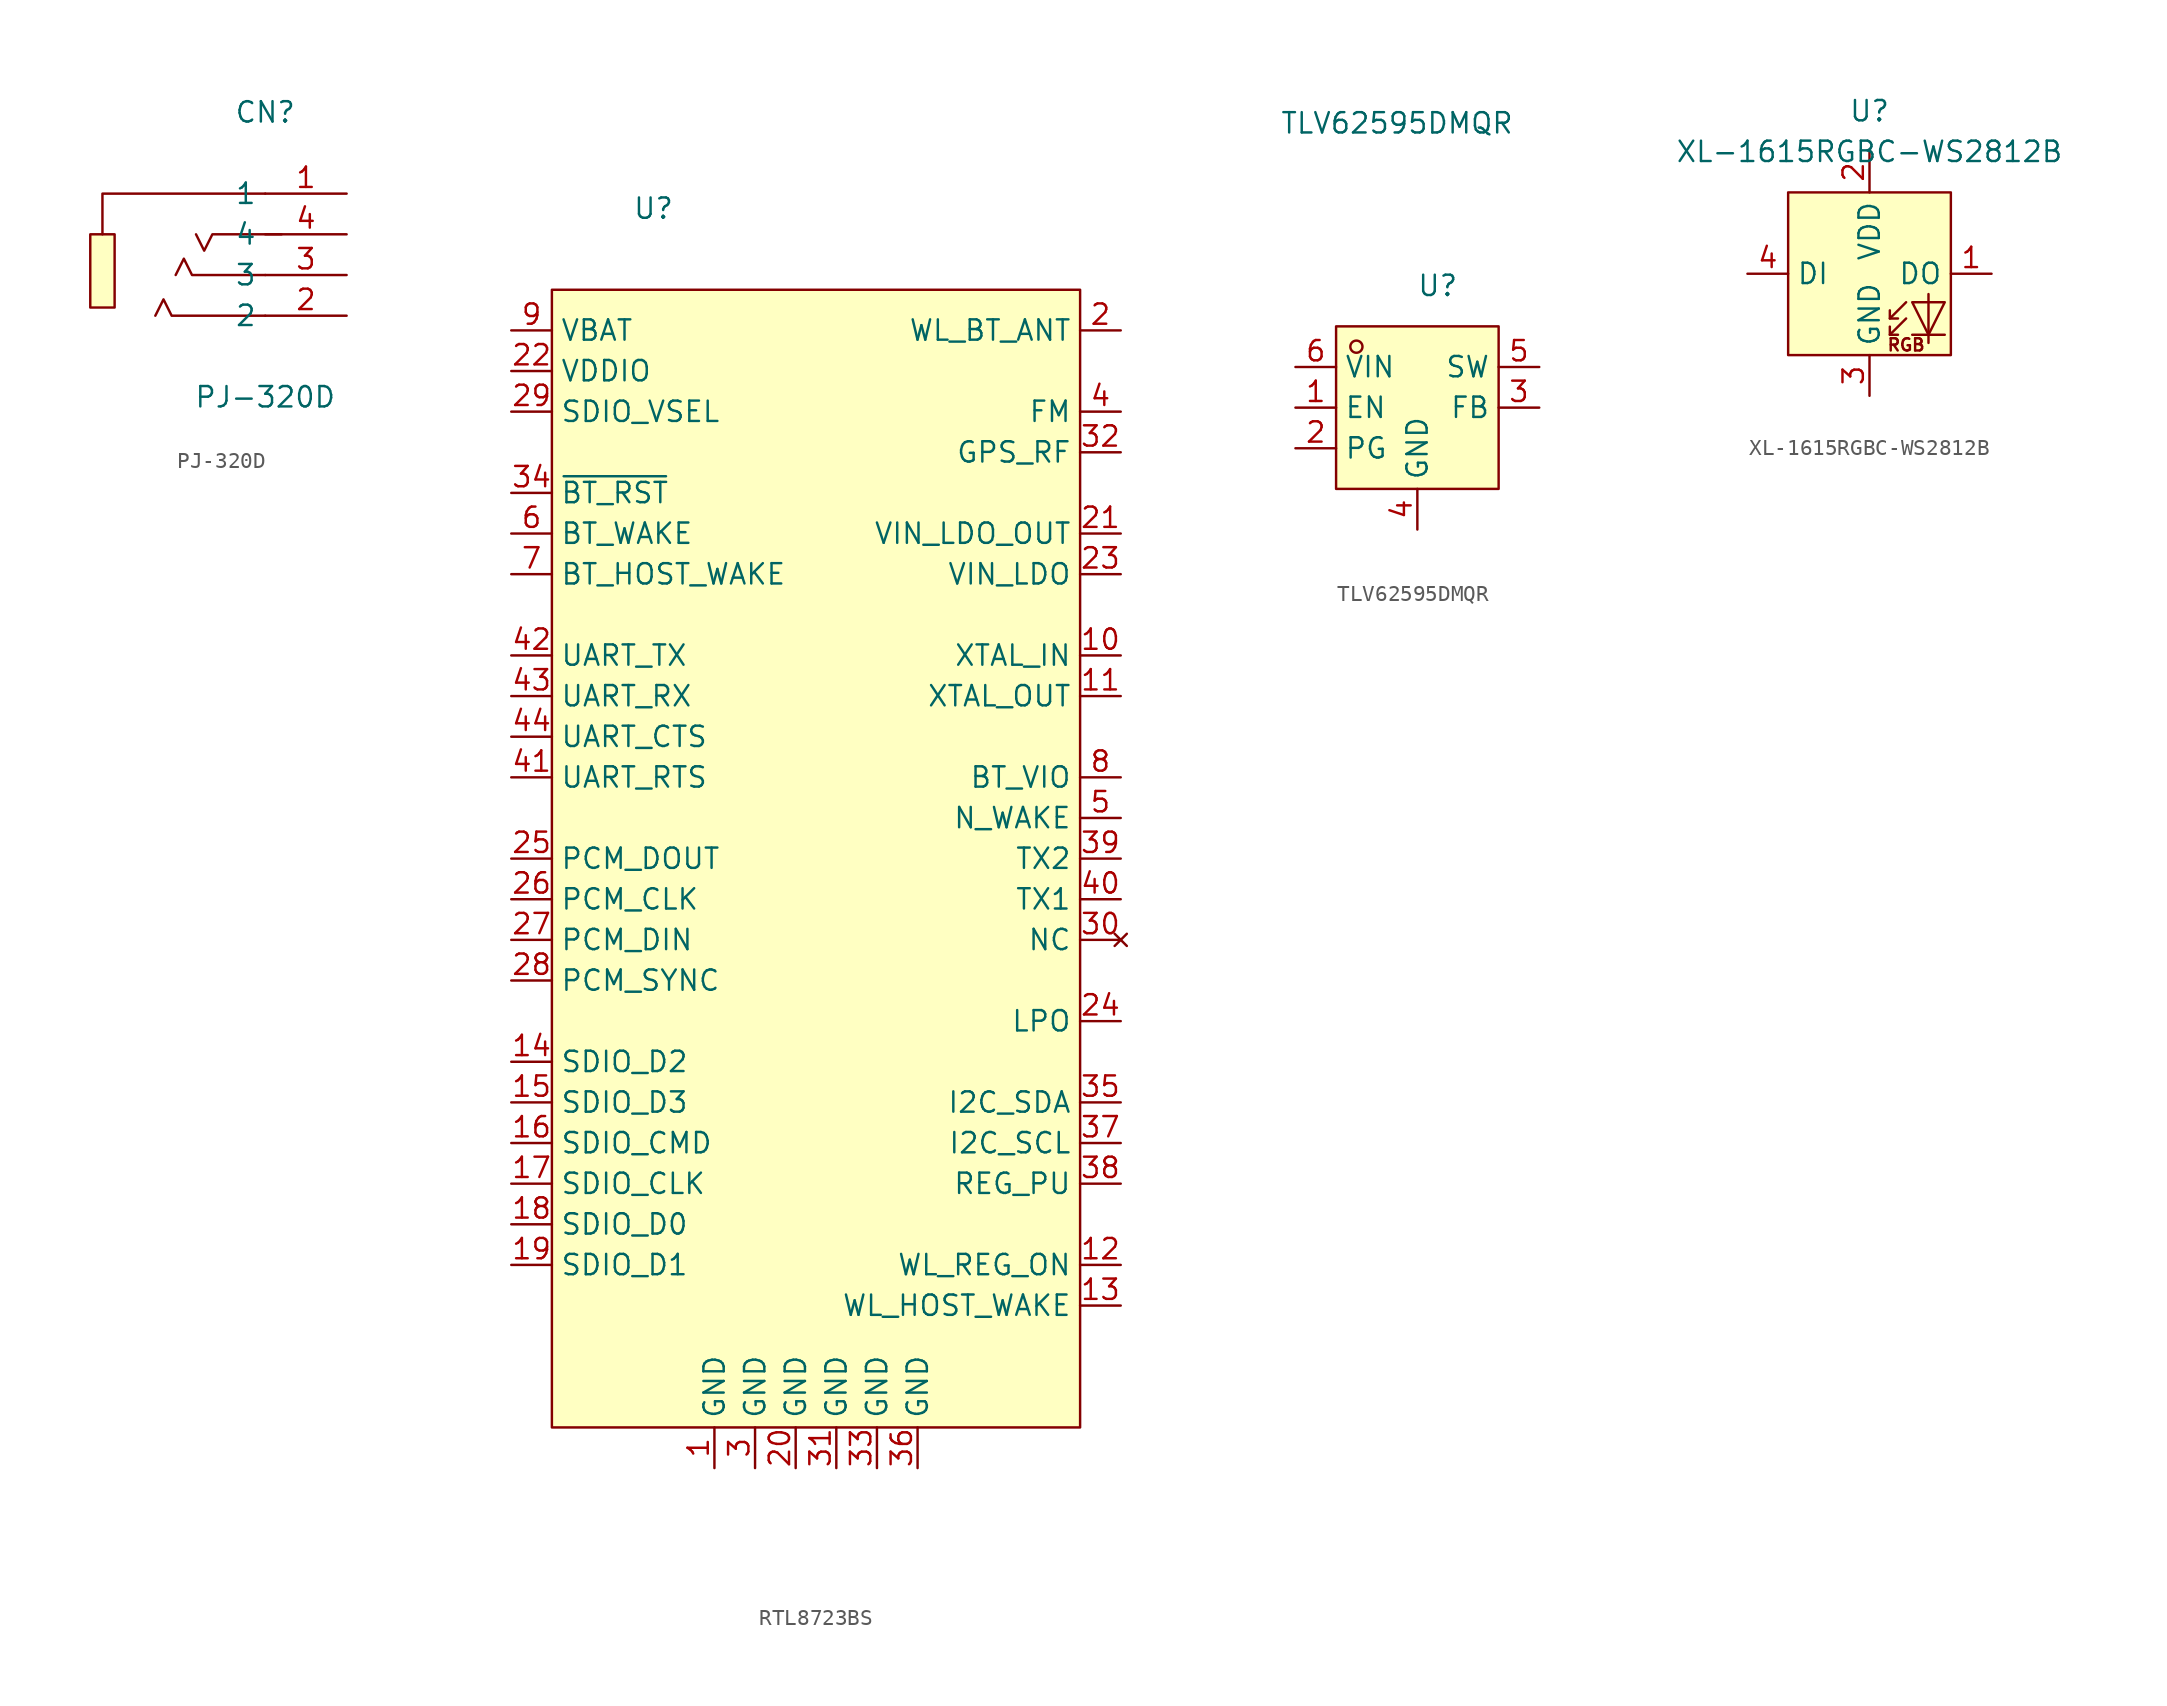
<source format=kicad_sym>
(kicad_symbol_lib
  (version 20220914)
  (generator https://github.com/uPesy/easyeda2kicad.py)
  (symbol "PJ-320D"
    (property "Reference" "CN"
      (at 0 7.62 0)
      (effects (font (size 1.27 1.27))))
    (property "Value" "PJ-320D"
      (at 0 -10.16 0)
      (effects (font (size 1.27 1.27))))
    (symbol "PJ-320D_0_1"
      (rectangle (start -10.92 0) (end -9.4 -4.57) (stroke (width 0) (type default)) (fill (type background)))
      (polyline (pts (xy 0 2.54) (xy -10.16 2.54) (xy -10.16 0)) (stroke (width 0) (type default)) (fill (type none)))
      (polyline (pts (xy 0 -5.08) (xy -5.84 -5.08) (xy -6.35 -4.06) (xy -6.86 -5.08)) (stroke (width 0) (type default)) (fill (type none)))
      (polyline (pts (xy 0 -2.54) (xy -4.57 -2.54) (xy -5.08 -1.52) (xy -5.59 -2.54)) (stroke (width 0) (type default)) (fill (type none)))
      (polyline (pts (xy 1.02 0) (xy -3.3 0) (xy -3.81 -1.02) (xy -4.32 0)) (stroke (width 0) (type default)) (fill (type none)))
      (pin unspecified line (at 5.08 2.54 180) (length 5.08) (name "1" (effects (font (size 1.27 1.27)))) (number "1" (effects (font (size 1.27 1.27)))))
      (pin unspecified line (at 5.08 -5.08 180) (length 5.08) (name "2" (effects (font (size 1.27 1.27)))) (number "2" (effects (font (size 1.27 1.27)))))
      (pin unspecified line (at 5.08 -2.54 180) (length 5.08) (name "3" (effects (font (size 1.27 1.27)))) (number "3" (effects (font (size 1.27 1.27)))))
      (pin unspecified line (at 5.08 0 180) (length 5.08) (name "4" (effects (font (size 1.27 1.27)))) (number "4" (effects (font (size 1.27 1.27)))))))
  (symbol "RTL8723BS"
    (property "Reference" "U"
      (at 0 11.43 0)
      (effects (font (size 1.27 1.27))))
    (property "Value" ""
      (at 0 0 0)
      (effects (font (size 1.27 1.27))))
    (symbol "RTL8723BS_1_1"
      (rectangle (start -6.35 6.35) (end 26.67 -64.77) (stroke (width 0) (type default)) (fill (type background)))
      (pin power_in line (at 3.81 -67.31 90) (length 2.54) (name "GND" (effects (font (size 1.27 1.27)))) (number "1" (effects (font (size 1.27 1.27)))))
      (pin input line (at 29.21 -16.51 180) (length 2.54) (name "XTAL_IN" (effects (font (size 1.27 1.27)))) (number "10" (effects (font (size 1.27 1.27)))))
      (pin output line (at 29.21 -19.05 180) (length 2.54) (name "XTAL_OUT" (effects (font (size 1.27 1.27)))) (number "11" (effects (font (size 1.27 1.27)))))
      (pin input line (at 29.21 -54.61 180) (length 2.54) (name "WL_REG_ON" (effects (font (size 1.27 1.27)))) (number "12" (effects (font (size 1.27 1.27)))))
      (pin input line (at 29.21 -57.15 180) (length 2.54) (name "WL_HOST_WAKE" (effects (font (size 1.27 1.27)))) (number "13" (effects (font (size 1.27 1.27)))))
      (pin bidirectional line (at -8.89 -41.91 0) (length 2.54) (name "SDIO_D2" (effects (font (size 1.27 1.27)))) (number "14" (effects (font (size 1.27 1.27)))))
      (pin bidirectional line (at -8.89 -44.45 0) (length 2.54) (name "SDIO_D3" (effects (font (size 1.27 1.27)))) (number "15" (effects (font (size 1.27 1.27)))))
      (pin bidirectional line (at -8.89 -46.99 0) (length 2.54) (name "SDIO_CMD" (effects (font (size 1.27 1.27)))) (number "16" (effects (font (size 1.27 1.27)))))
      (pin bidirectional line (at -8.89 -49.53 0) (length 2.54) (name "SDIO_CLK" (effects (font (size 1.27 1.27)))) (number "17" (effects (font (size 1.27 1.27)))))
      (pin bidirectional line (at -8.89 -52.07 0) (length 2.54) (name "SDIO_D0" (effects (font (size 1.27 1.27)))) (number "18" (effects (font (size 1.27 1.27)))))
      (pin bidirectional line (at -8.89 -54.61 0) (length 2.54) (name "SDIO_D1" (effects (font (size 1.27 1.27)))) (number "19" (effects (font (size 1.27 1.27)))))
      (pin bidirectional line (at 29.21 3.81 180) (length 2.54) (name "WL_BT_ANT" (effects (font (size 1.27 1.27)))) (number "2" (effects (font (size 1.27 1.27)))))
      (pin power_in line (at 8.89 -67.31 90) (length 2.54) (name "GND" (effects (font (size 1.27 1.27)))) (number "20" (effects (font (size 1.27 1.27)))))
      (pin power_out line (at 29.21 -8.89 180) (length 2.54) (name "VIN_LDO_OUT" (effects (font (size 1.27 1.27)))) (number "21" (effects (font (size 1.27 1.27)))))
      (pin power_in line (at -8.89 1.27 0) (length 2.54) (name "VDDIO" (effects (font (size 1.27 1.27)))) (number "22" (effects (font (size 1.27 1.27)))))
      (pin power_in line (at 29.21 -11.43 180) (length 2.54) (name "VIN_LDO" (effects (font (size 1.27 1.27)))) (number "23" (effects (font (size 1.27 1.27)))))
      (pin input line (at 29.21 -39.37 180) (length 2.54) (name "LPO" (effects (font (size 1.27 1.27)))) (number "24" (effects (font (size 1.27 1.27)))))
      (pin bidirectional line (at -8.89 -29.21 0) (length 2.54) (name "PCM_DOUT" (effects (font (size 1.27 1.27)))) (number "25" (effects (font (size 1.27 1.27)))))
      (pin bidirectional line (at -8.89 -31.75 0) (length 2.54) (name "PCM_CLK" (effects (font (size 1.27 1.27)))) (number "26" (effects (font (size 1.27 1.27)))))
      (pin bidirectional line (at -8.89 -34.29 0) (length 2.54) (name "PCM_DIN" (effects (font (size 1.27 1.27)))) (number "27" (effects (font (size 1.27 1.27)))))
      (pin bidirectional line (at -8.89 -36.83 0) (length 2.54) (name "PCM_SYNC" (effects (font (size 1.27 1.27)))) (number "28" (effects (font (size 1.27 1.27)))))
      (pin bidirectional line (at -8.89 -1.27 0) (length 2.54) (name "SDIO_VSEL" (effects (font (size 1.27 1.27)))) (number "29" (effects (font (size 1.27 1.27)))))
      (pin power_in line (at 6.35 -67.31 90) (length 2.54) (name "GND" (effects (font (size 1.27 1.27)))) (number "3" (effects (font (size 1.27 1.27)))))
      (pin no_connect line (at 29.21 -34.29 180) (length 2.54) (name "NC" (effects (font (size 1.27 1.27)))) (number "30" (effects (font (size 1.27 1.27)))))
      (pin power_in line (at 11.43 -67.31 90) (length 2.54) (name "GND" (effects (font (size 1.27 1.27)))) (number "31" (effects (font (size 1.27 1.27)))))
      (pin bidirectional line (at 29.21 -3.81 180) (length 2.54) (name "GPS_RF" (effects (font (size 1.27 1.27)))) (number "32" (effects (font (size 1.27 1.27)))))
      (pin power_in line (at 13.97 -67.31 90) (length 2.54) (name "GND" (effects (font (size 1.27 1.27)))) (number "33" (effects (font (size 1.27 1.27)))))
      (pin bidirectional line (at -8.89 -6.35 0) (length 2.54) (name "~{BT_RST}" (effects (font (size 1.27 1.27)))) (number "34" (effects (font (size 1.27 1.27)))))
      (pin bidirectional line (at 29.21 -44.45 180) (length 2.54) (name "I2C_SDA" (effects (font (size 1.27 1.27)))) (number "35" (effects (font (size 1.27 1.27)))))
      (pin power_in line (at 16.51 -67.31 90) (length 2.54) (name "GND" (effects (font (size 1.27 1.27)))) (number "36" (effects (font (size 1.27 1.27)))))
      (pin bidirectional line (at 29.21 -46.99 180) (length 2.54) (name "I2C_SCL" (effects (font (size 1.27 1.27)))) (number "37" (effects (font (size 1.27 1.27)))))
      (pin bidirectional line (at 29.21 -49.53 180) (length 2.54) (name "REG_PU" (effects (font (size 1.27 1.27)))) (number "38" (effects (font (size 1.27 1.27)))))
      (pin bidirectional line (at 29.21 -29.21 180) (length 2.54) (name "TX2" (effects (font (size 1.27 1.27)))) (number "39" (effects (font (size 1.27 1.27)))))
      (pin bidirectional line (at 29.21 -1.27 180) (length 2.54) (name "FM" (effects (font (size 1.27 1.27)))) (number "4" (effects (font (size 1.27 1.27)))))
      (pin bidirectional line (at 29.21 -31.75 180) (length 2.54) (name "TX1" (effects (font (size 1.27 1.27)))) (number "40" (effects (font (size 1.27 1.27)))))
      (pin bidirectional line (at -8.89 -24.13 0) (length 2.54) (name "UART_RTS" (effects (font (size 1.27 1.27)))) (number "41" (effects (font (size 1.27 1.27)))))
      (pin bidirectional line (at -8.89 -16.51 0) (length 2.54) (name "UART_TX" (effects (font (size 1.27 1.27)))) (number "42" (effects (font (size 1.27 1.27)))))
      (pin bidirectional line (at -8.89 -19.05 0) (length 2.54) (name "UART_RX" (effects (font (size 1.27 1.27)))) (number "43" (effects (font (size 1.27 1.27)))))
      (pin bidirectional line (at -8.89 -21.59 0) (length 2.54) (name "UART_CTS" (effects (font (size 1.27 1.27)))) (number "44" (effects (font (size 1.27 1.27)))))
      (pin bidirectional line (at 29.21 -26.67 180) (length 2.54) (name "N_WAKE" (effects (font (size 1.27 1.27)))) (number "5" (effects (font (size 1.27 1.27)))))
      (pin bidirectional line (at -8.89 -8.89 0) (length 2.54) (name "BT_WAKE" (effects (font (size 1.27 1.27)))) (number "6" (effects (font (size 1.27 1.27)))))
      (pin bidirectional line (at -8.89 -11.43 0) (length 2.54) (name "BT_HOST_WAKE" (effects (font (size 1.27 1.27)))) (number "7" (effects (font (size 1.27 1.27)))))
      (pin power_in line (at 29.21 -24.13 180) (length 2.54) (name "BT_VIO" (effects (font (size 1.27 1.27)))) (number "8" (effects (font (size 1.27 1.27)))))
      (pin power_in line (at -8.89 3.81 0) (length 2.54) (name "VBAT" (effects (font (size 1.27 1.27)))) (number "9" (effects (font (size 1.27 1.27)))))))
  (symbol "TLV62595DMQR"
    (property "Reference" "U"
      (at 0 7.62 0)
      (effects (font (size 1.27 1.27))))
    (property "Value" "TLV62595DMQR"
      (at -2.54 17.78 0)
      (effects (font (size 1.27 1.27))))
    (symbol "TLV62595DMQR_0_1"
      (rectangle (start -6.35 5.08) (end 3.81 -5.08) (stroke (width 0) (type default)) (fill (type background)))
      (circle (center -5.08 3.81) (radius 0.38) (stroke (width 0) (type default)) (fill (type none))))
    (symbol "TLV62595DMQR_1_1"
      (pin input line (at -8.89 0 0) (length 2.54) (name "EN" (effects (font (size 1.27 1.27)))) (number "1" (effects (font (size 1.27 1.27)))))
      (pin output line (at -8.89 -2.54 0) (length 2.54) (name "PG" (effects (font (size 1.27 1.27)))) (number "2" (effects (font (size 1.27 1.27)))))
      (pin input line (at 6.35 0 180) (length 2.54) (name "FB" (effects (font (size 1.27 1.27)))) (number "3" (effects (font (size 1.27 1.27)))))
      (pin power_in line (at -1.27 -7.62 90) (length 2.54) (name "GND" (effects (font (size 1.27 1.27)))) (number "4" (effects (font (size 1.27 1.27)))))
      (pin power_out line (at 6.35 2.54 180) (length 2.54) (name "SW" (effects (font (size 1.27 1.27)))) (number "5" (effects (font (size 1.27 1.27)))))
      (pin power_in line (at -8.89 2.54 0) (length 2.54) (name "VIN" (effects (font (size 1.27 1.27)))) (number "6" (effects (font (size 1.27 1.27)))))))
  (symbol "XL-1615RGBC-WS2812B"
    (property "Reference" "U"
      (at 0 10.16 0)
      (effects (font (size 1.27 1.27))))
    (property "Value" "XL-1615RGBC-WS2812B"
      (at 0 7.62 0)
      (effects (font (size 1.27 1.27))))
    (symbol "XL-1615RGBC-WS2812B_0_0"
      (text "RGB" (at 2.286 -4.445 0) (effects (font (size 0.762 0.762)))))
    (symbol "XL-1615RGBC-WS2812B_0_1"
      (rectangle (start -5.08 5.08) (end 5.08 -5.08) (stroke (width 0) (type default)) (fill (type background)))
      (polyline (pts (xy 1.27 -3.81) (xy 1.778 -3.81)) (stroke (width 0) (type default)) (fill (type none)))
      (polyline (pts (xy 1.27 -2.794) (xy 1.778 -2.794)) (stroke (width 0) (type default)) (fill (type none)))
      (polyline (pts (xy 4.699 -3.81) (xy 2.667 -3.81)) (stroke (width 0) (type default)) (fill (type none)))
      (polyline (pts (xy 2.286 -2.794) (xy 1.27 -3.81) (xy 1.27 -3.302)) (stroke (width 0) (type default)) (fill (type none)))
      (polyline (pts (xy 2.286 -1.778) (xy 1.27 -2.794) (xy 1.27 -2.286)) (stroke (width 0) (type default)) (fill (type none)))
      (polyline (pts (xy 3.683 -1.27) (xy 3.683 -3.81) (xy 3.683 -4.318)) (stroke (width 0) (type default)) (fill (type none)))
      (polyline (pts (xy 4.699 -1.778) (xy 2.667 -1.778) (xy 3.683 -3.81) (xy 4.699 -1.778)) (stroke (width 0) (type default)) (fill (type none))))
    (symbol "XL-1615RGBC-WS2812B_1_1"
      (pin bidirectional line (at 7.62 0 180) (length 2.54) (name "DO" (effects (font (size 1.27 1.27)))) (number "1" (effects (font (size 1.27 1.27)))))
      (pin power_in line (at 0 7.62 270) (length 2.54) (name "VDD" (effects (font (size 1.27 1.27)))) (number "2" (effects (font (size 1.27 1.27)))))
      (pin power_in line (at 0 -7.62 90) (length 2.54) (name "GND" (effects (font (size 1.27 1.27)))) (number "3" (effects (font (size 1.27 1.27)))))
      (pin bidirectional line (at -7.62 0 0) (length 2.54) (name "DI" (effects (font (size 1.27 1.27)))) (number "4" (effects (font (size 1.27 1.27))))))))
</source>
